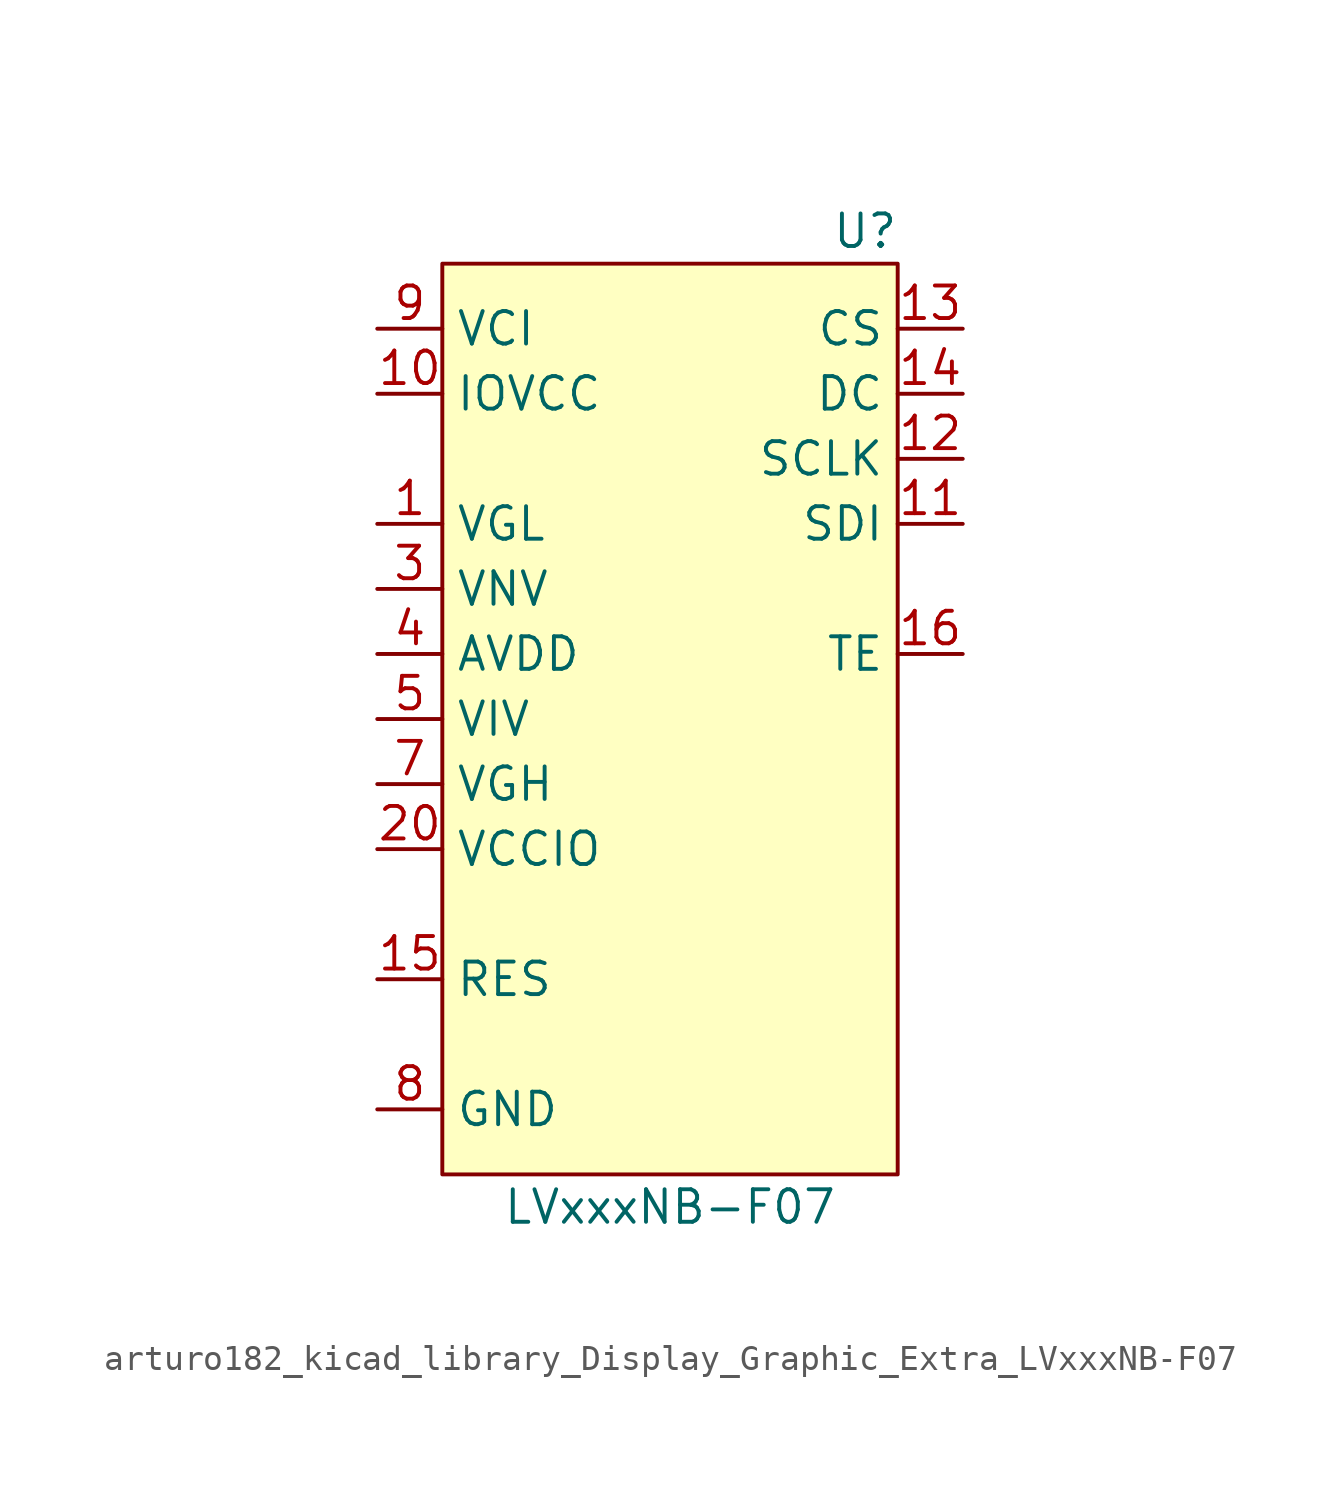
<source format=kicad_sym>
(kicad_symbol_lib
  (version 20220914)
  (generator kicad_symbol_editor)
  (symbol "arturo182_kicad_library_Display_Graphic_Extra_LVxxxNB-F07"
    (property "Reference" "U"
      (at 7.62 19.05 0)
      (effects (font (size 1.27 1.27))))
    (property "Value" "LVxxxNB-F07"
      (at 0 -19.05 0)
      (effects (font (size 1.27 1.27))))
    (symbol "arturo182_kicad_library_Display_Graphic_Extra_LVxxxNB-F07_0_0"
      (pin power_out line (at -11.43 7.62 0) (length 2.54) (name "VGL" (effects (font (size 1.27 1.27)))) (number "1" (effects (font (size 1.27 1.27)))))
      (pin power_in line (at -11.43 12.7 0) (length 2.54) (name "IOVCC" (effects (font (size 1.27 1.27)))) (number "10" (effects (font (size 1.27 1.27)))))
      (pin input line (at 11.43 7.62 180) (length 2.54) (name "SDI" (effects (font (size 1.27 1.27)))) (number "11" (effects (font (size 1.27 1.27)))))
      (pin input line (at 11.43 10.16 180) (length 2.54) (name "SCLK" (effects (font (size 1.27 1.27)))) (number "12" (effects (font (size 1.27 1.27)))))
      (pin input line (at 11.43 15.24 180) (length 2.54) (name "CS" (effects (font (size 1.27 1.27)))) (number "13" (effects (font (size 1.27 1.27)))))
      (pin input line (at 11.43 12.7 180) (length 2.54) (name "DC" (effects (font (size 1.27 1.27)))) (number "14" (effects (font (size 1.27 1.27)))))
      (pin input line (at -11.43 -10.16 0) (length 2.54) (name "RES" (effects (font (size 1.27 1.27)))) (number "15" (effects (font (size 1.27 1.27)))))
      (pin input line (at 11.43 2.54 180) (length 2.54) (name "TE" (effects (font (size 1.27 1.27)))) (number "16" (effects (font (size 1.27 1.27)))))
      (pin no_connect line (at 2.54 -8.89 0) (length 2.54) hide (name "NC" (effects (font (size 1.27 1.27)))) (number "17" (effects (font (size 1.27 1.27)))))
      (pin no_connect line (at 2.54 -11.43 0) (length 2.54) hide (name "NC" (effects (font (size 1.27 1.27)))) (number "18" (effects (font (size 1.27 1.27)))))
      (pin no_connect line (at 2.54 -13.97 0) (length 2.54) hide (name "NC" (effects (font (size 1.27 1.27)))) (number "19" (effects (font (size 1.27 1.27)))))
      (pin no_connect line (at 2.54 3.81 0) (length 2.54) hide (name "NC" (effects (font (size 1.27 1.27)))) (number "2" (effects (font (size 1.27 1.27)))))
      (pin power_out line (at -11.43 -5.08 0) (length 2.54) (name "VCCIO" (effects (font (size 1.27 1.27)))) (number "20" (effects (font (size 1.27 1.27)))))
      (pin no_connect line (at 2.54 1.27 0) (length 2.54) hide (name "NC" (effects (font (size 1.27 1.27)))) (number "21" (effects (font (size 1.27 1.27)))))
      (pin no_connect line (at 2.54 -1.27 0) (length 2.54) hide (name "NC" (effects (font (size 1.27 1.27)))) (number "22" (effects (font (size 1.27 1.27)))))
      (pin no_connect line (at 2.54 -3.81 0) (length 2.54) hide (name "NC" (effects (font (size 1.27 1.27)))) (number "23" (effects (font (size 1.27 1.27)))))
      (pin no_connect line (at 2.54 -6.35 0) (length 2.54) hide (name "NC" (effects (font (size 1.27 1.27)))) (number "24" (effects (font (size 1.27 1.27)))))
      (pin power_out line (at -11.43 5.08 0) (length 2.54) (name "VNV" (effects (font (size 1.27 1.27)))) (number "3" (effects (font (size 1.27 1.27)))))
      (pin power_out line (at -11.43 2.54 0) (length 2.54) (name "AVDD" (effects (font (size 1.27 1.27)))) (number "4" (effects (font (size 1.27 1.27)))))
      (pin power_in line (at -11.43 0 0) (length 2.54) (name "VIV" (effects (font (size 1.27 1.27)))) (number "5" (effects (font (size 1.27 1.27)))))
      (pin no_connect line (at 2.54 -16.51 0) (length 2.54) hide (name "NC" (effects (font (size 1.27 1.27)))) (number "6" (effects (font (size 1.27 1.27)))))
      (pin power_out line (at -11.43 -2.54 0) (length 2.54) (name "VGH" (effects (font (size 1.27 1.27)))) (number "7" (effects (font (size 1.27 1.27)))))
      (pin power_in line (at -11.43 -15.24 0) (length 2.54) (name "GND" (effects (font (size 1.27 1.27)))) (number "8" (effects (font (size 1.27 1.27)))))
      (pin power_in line (at -11.43 15.24 0) (length 2.54) (name "VCI" (effects (font (size 1.27 1.27)))) (number "9" (effects (font (size 1.27 1.27))))))
    (symbol "arturo182_kicad_library_Display_Graphic_Extra_LVxxxNB-F07_0_1"
      (rectangle (start -8.89 17.78) (end 8.89 -17.78) (stroke (width 0) (type default)) (fill (type background))))))
</source>
